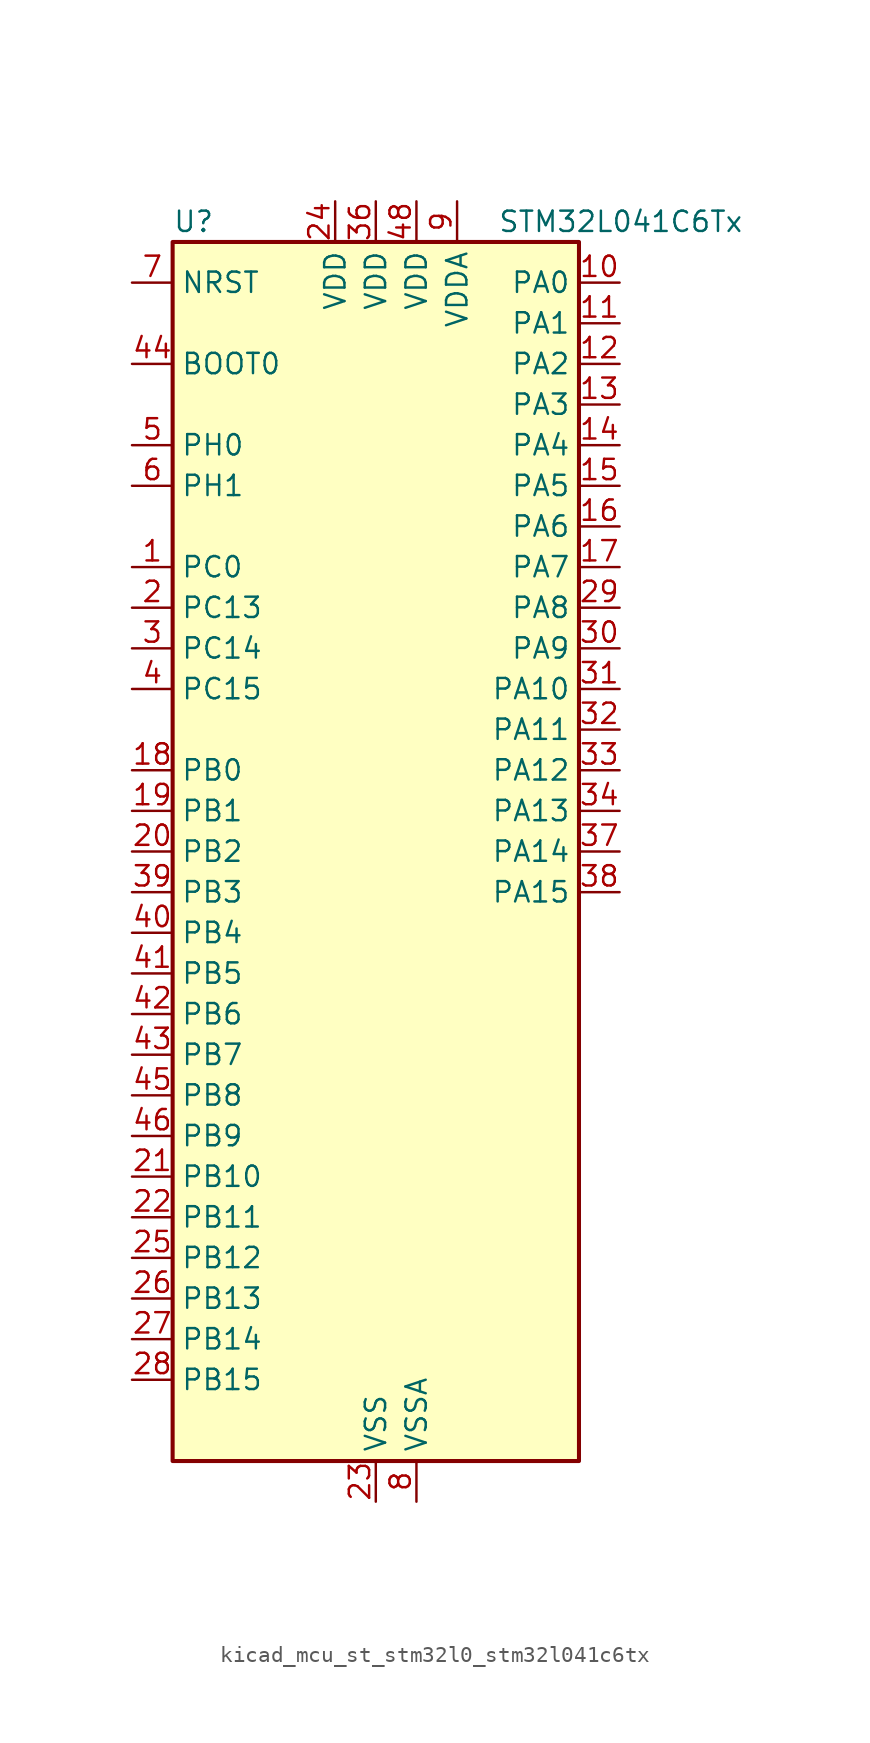
<source format=kicad_sym>
(kicad_symbol_lib
  (version 20220914)
  (generator kicad_symbol_editor)
  (symbol "kicad_mcu_st_stm32l0_stm32l041c6tx"
    (property "Reference" "U"
      (at -12.7 39.37 0)
      (effects (font (size 1.27 1.27)) (justify left)))
    (property "Value" "STM32L041C6Tx"
      (at 7.62 39.37 0)
      (effects (font (size 1.27 1.27)) (justify left)))
    (property "ki_locked" ""
      (at 0 0 0)
      (effects (font (size 1.27 1.27))))
    (symbol "kicad_mcu_st_stm32l0_stm32l041c6tx_0_1"
      (rectangle (start -12.7 -38.1) (end 12.7 38.1) (stroke (width 0.254) (type default)) (fill (type background))))
    (symbol "kicad_mcu_st_stm32l0_stm32l041c6tx_1_1"
      (pin bidirectional line (at -15.24 17.78 0) (length 2.54) (name "PC0" (effects (font (size 1.27 1.27)))) (number "1" (effects (font (size 1.27 1.27)))) (alternate "LPTIM1_IN1" bidirectional line) (alternate "LPUART1_RX" bidirectional line))
      (pin bidirectional line (at 15.24 35.56 180) (length 2.54) (name "PA0" (effects (font (size 1.27 1.27)))) (number "10" (effects (font (size 1.27 1.27)))) (alternate "ADC_IN0" bidirectional line) (alternate "COMP1_INM" bidirectional line) (alternate "COMP1_OUT" bidirectional line) (alternate "LPTIM1_IN1" bidirectional line) (alternate "RTC_TAMP2" bidirectional line) (alternate "SYS_WKUP1" bidirectional line) (alternate "TIM2_CH1" bidirectional line) (alternate "TIM2_ETR" bidirectional line) (alternate "USART2_CTS" bidirectional line))
      (pin bidirectional line (at 15.24 33.02 180) (length 2.54) (name "PA1" (effects (font (size 1.27 1.27)))) (number "11" (effects (font (size 1.27 1.27)))) (alternate "ADC_IN1" bidirectional line) (alternate "COMP1_INP" bidirectional line) (alternate "I2C1_SMBA" bidirectional line) (alternate "LPTIM1_IN2" bidirectional line) (alternate "TIM21_ETR" bidirectional line) (alternate "TIM2_CH2" bidirectional line) (alternate "USART2_DE" bidirectional line) (alternate "USART2_RTS" bidirectional line))
      (pin bidirectional line (at 15.24 30.48 180) (length 2.54) (name "PA2" (effects (font (size 1.27 1.27)))) (number "12" (effects (font (size 1.27 1.27)))) (alternate "ADC_IN2" bidirectional line) (alternate "COMP2_INM" bidirectional line) (alternate "COMP2_OUT" bidirectional line) (alternate "LPUART1_TX" bidirectional line) (alternate "RTC_OUT_ALARM" bidirectional line) (alternate "RTC_OUT_CALIB" bidirectional line) (alternate "RTC_TAMP3" bidirectional line) (alternate "RTC_TS" bidirectional line) (alternate "SYS_WKUP3" bidirectional line) (alternate "TIM21_CH1" bidirectional line) (alternate "TIM2_CH3" bidirectional line) (alternate "USART2_TX" bidirectional line))
      (pin bidirectional line (at 15.24 27.94 180) (length 2.54) (name "PA3" (effects (font (size 1.27 1.27)))) (number "13" (effects (font (size 1.27 1.27)))) (alternate "ADC_IN3" bidirectional line) (alternate "COMP2_INP" bidirectional line) (alternate "LPUART1_RX" bidirectional line) (alternate "TIM21_CH2" bidirectional line) (alternate "TIM2_CH4" bidirectional line) (alternate "USART2_RX" bidirectional line))
      (pin bidirectional line (at 15.24 25.4 180) (length 2.54) (name "PA4" (effects (font (size 1.27 1.27)))) (number "14" (effects (font (size 1.27 1.27)))) (alternate "ADC_IN4" bidirectional line) (alternate "COMP1_INM" bidirectional line) (alternate "COMP2_INM" bidirectional line) (alternate "LPTIM1_IN1" bidirectional line) (alternate "SPI1_NSS" bidirectional line) (alternate "TIM22_ETR" bidirectional line) (alternate "USART2_CK" bidirectional line))
      (pin bidirectional line (at 15.24 22.86 180) (length 2.54) (name "PA5" (effects (font (size 1.27 1.27)))) (number "15" (effects (font (size 1.27 1.27)))) (alternate "ADC_IN5" bidirectional line) (alternate "COMP1_INM" bidirectional line) (alternate "COMP2_INM" bidirectional line) (alternate "LPTIM1_IN2" bidirectional line) (alternate "SPI1_SCK" bidirectional line) (alternate "TIM2_CH1" bidirectional line) (alternate "TIM2_ETR" bidirectional line))
      (pin bidirectional line (at 15.24 20.32 180) (length 2.54) (name "PA6" (effects (font (size 1.27 1.27)))) (number "16" (effects (font (size 1.27 1.27)))) (alternate "ADC_IN6" bidirectional line) (alternate "COMP1_OUT" bidirectional line) (alternate "LPTIM1_ETR" bidirectional line) (alternate "LPUART1_CTS" bidirectional line) (alternate "SPI1_MISO" bidirectional line) (alternate "TIM22_CH1" bidirectional line))
      (pin bidirectional line (at 15.24 17.78 180) (length 2.54) (name "PA7" (effects (font (size 1.27 1.27)))) (number "17" (effects (font (size 1.27 1.27)))) (alternate "ADC_IN7" bidirectional line) (alternate "COMP2_OUT" bidirectional line) (alternate "LPTIM1_OUT" bidirectional line) (alternate "SPI1_MOSI" bidirectional line) (alternate "TIM22_CH2" bidirectional line) (alternate "USART2_CTS" bidirectional line))
      (pin bidirectional line (at -15.24 5.08 0) (length 2.54) (name "PB0" (effects (font (size 1.27 1.27)))) (number "18" (effects (font (size 1.27 1.27)))) (alternate "ADC_IN8" bidirectional line) (alternate "SPI1_MISO" bidirectional line) (alternate "SYS_VREF_OUT_PB0" bidirectional line) (alternate "TIM2_CH3" bidirectional line) (alternate "USART2_DE" bidirectional line) (alternate "USART2_RTS" bidirectional line))
      (pin bidirectional line (at -15.24 2.54 0) (length 2.54) (name "PB1" (effects (font (size 1.27 1.27)))) (number "19" (effects (font (size 1.27 1.27)))) (alternate "ADC_IN9" bidirectional line) (alternate "LPUART1_DE" bidirectional line) (alternate "LPUART1_RTS" bidirectional line) (alternate "SPI1_MOSI" bidirectional line) (alternate "SYS_VREF_OUT_PB1" bidirectional line) (alternate "TIM2_CH4" bidirectional line) (alternate "USART2_CK" bidirectional line))
      (pin bidirectional line (at -15.24 15.24 0) (length 2.54) (name "PC13" (effects (font (size 1.27 1.27)))) (number "2" (effects (font (size 1.27 1.27)))) (alternate "RTC_TAMP1" bidirectional line) (alternate "SYS_WKUP2" bidirectional line))
      (pin bidirectional line (at -15.24 0 0) (length 2.54) (name "PB2" (effects (font (size 1.27 1.27)))) (number "20" (effects (font (size 1.27 1.27)))) (alternate "LPTIM1_OUT" bidirectional line))
      (pin bidirectional line (at -15.24 -20.32 0) (length 2.54) (name "PB10" (effects (font (size 1.27 1.27)))) (number "21" (effects (font (size 1.27 1.27)))) (alternate "LPUART1_TX" bidirectional line) (alternate "TIM2_CH3" bidirectional line))
      (pin bidirectional line (at -15.24 -22.86 0) (length 2.54) (name "PB11" (effects (font (size 1.27 1.27)))) (number "22" (effects (font (size 1.27 1.27)))) (alternate "ADC_EXTI11" bidirectional line) (alternate "LPUART1_RX" bidirectional line) (alternate "TIM2_CH4" bidirectional line))
      (pin power_in line (at 0 -40.64 90) (length 2.54) (name "VSS" (effects (font (size 1.27 1.27)))) (number "23" (effects (font (size 1.27 1.27)))))
      (pin power_in line (at -2.54 40.64 270) (length 2.54) (name "VDD" (effects (font (size 1.27 1.27)))) (number "24" (effects (font (size 1.27 1.27)))))
      (pin bidirectional line (at -15.24 -25.4 0) (length 2.54) (name "PB12" (effects (font (size 1.27 1.27)))) (number "25" (effects (font (size 1.27 1.27)))) (alternate "SPI1_NSS" bidirectional line))
      (pin bidirectional line (at -15.24 -27.94 0) (length 2.54) (name "PB13" (effects (font (size 1.27 1.27)))) (number "26" (effects (font (size 1.27 1.27)))) (alternate "LPUART1_CTS" bidirectional line) (alternate "RCC_MCO" bidirectional line) (alternate "SPI1_SCK" bidirectional line) (alternate "TIM21_CH1" bidirectional line))
      (pin bidirectional line (at -15.24 -30.48 0) (length 2.54) (name "PB14" (effects (font (size 1.27 1.27)))) (number "27" (effects (font (size 1.27 1.27)))) (alternate "LPUART1_DE" bidirectional line) (alternate "LPUART1_RTS" bidirectional line) (alternate "RTC_OUT_ALARM" bidirectional line) (alternate "RTC_OUT_CALIB" bidirectional line) (alternate "SPI1_MISO" bidirectional line) (alternate "TIM21_CH2" bidirectional line))
      (pin bidirectional line (at -15.24 -33.02 0) (length 2.54) (name "PB15" (effects (font (size 1.27 1.27)))) (number "28" (effects (font (size 1.27 1.27)))) (alternate "RTC_REFIN" bidirectional line) (alternate "SPI1_MOSI" bidirectional line))
      (pin bidirectional line (at 15.24 15.24 180) (length 2.54) (name "PA8" (effects (font (size 1.27 1.27)))) (number "29" (effects (font (size 1.27 1.27)))) (alternate "LPTIM1_IN1" bidirectional line) (alternate "RCC_MCO" bidirectional line) (alternate "TIM2_CH1" bidirectional line) (alternate "USART2_CK" bidirectional line))
      (pin bidirectional line (at -15.24 12.7 0) (length 2.54) (name "PC14" (effects (font (size 1.27 1.27)))) (number "3" (effects (font (size 1.27 1.27)))) (alternate "RCC_OSC32_IN" bidirectional line))
      (pin bidirectional line (at 15.24 12.7 180) (length 2.54) (name "PA9" (effects (font (size 1.27 1.27)))) (number "30" (effects (font (size 1.27 1.27)))) (alternate "I2C1_SCL" bidirectional line) (alternate "RCC_MCO" bidirectional line) (alternate "TIM22_CH1" bidirectional line) (alternate "USART2_TX" bidirectional line))
      (pin bidirectional line (at 15.24 10.16 180) (length 2.54) (name "PA10" (effects (font (size 1.27 1.27)))) (number "31" (effects (font (size 1.27 1.27)))) (alternate "I2C1_SDA" bidirectional line) (alternate "TIM22_CH2" bidirectional line) (alternate "USART2_RX" bidirectional line))
      (pin bidirectional line (at 15.24 7.62 180) (length 2.54) (name "PA11" (effects (font (size 1.27 1.27)))) (number "32" (effects (font (size 1.27 1.27)))) (alternate "ADC_EXTI11" bidirectional line) (alternate "COMP1_OUT" bidirectional line) (alternate "SPI1_MISO" bidirectional line) (alternate "TIM21_CH2" bidirectional line) (alternate "USART2_CTS" bidirectional line))
      (pin bidirectional line (at 15.24 5.08 180) (length 2.54) (name "PA12" (effects (font (size 1.27 1.27)))) (number "33" (effects (font (size 1.27 1.27)))) (alternate "COMP2_OUT" bidirectional line) (alternate "SPI1_MOSI" bidirectional line) (alternate "USART2_DE" bidirectional line) (alternate "USART2_RTS" bidirectional line))
      (pin bidirectional line (at 15.24 2.54 180) (length 2.54) (name "PA13" (effects (font (size 1.27 1.27)))) (number "34" (effects (font (size 1.27 1.27)))) (alternate "LPTIM1_ETR" bidirectional line) (alternate "LPUART1_RX" bidirectional line) (alternate "SYS_SWDIO" bidirectional line))
      (pin passive line (at 0 -40.64 90) (length 2.54) hide (name "VSS" (effects (font (size 1.27 1.27)))) (number "35" (effects (font (size 1.27 1.27)))))
      (pin power_in line (at 0 40.64 270) (length 2.54) (name "VDD" (effects (font (size 1.27 1.27)))) (number "36" (effects (font (size 1.27 1.27)))))
      (pin bidirectional line (at 15.24 0 180) (length 2.54) (name "PA14" (effects (font (size 1.27 1.27)))) (number "37" (effects (font (size 1.27 1.27)))) (alternate "I2C1_SMBA" bidirectional line) (alternate "LPTIM1_OUT" bidirectional line) (alternate "LPUART1_TX" bidirectional line) (alternate "SYS_SWCLK" bidirectional line) (alternate "USART2_TX" bidirectional line))
      (pin bidirectional line (at 15.24 -2.54 180) (length 2.54) (name "PA15" (effects (font (size 1.27 1.27)))) (number "38" (effects (font (size 1.27 1.27)))) (alternate "SPI1_NSS" bidirectional line) (alternate "TIM2_CH1" bidirectional line) (alternate "TIM2_ETR" bidirectional line) (alternate "USART2_RX" bidirectional line))
      (pin bidirectional line (at -15.24 -2.54 0) (length 2.54) (name "PB3" (effects (font (size 1.27 1.27)))) (number "39" (effects (font (size 1.27 1.27)))) (alternate "COMP2_INM" bidirectional line) (alternate "SPI1_SCK" bidirectional line) (alternate "TIM2_CH2" bidirectional line))
      (pin bidirectional line (at -15.24 10.16 0) (length 2.54) (name "PC15" (effects (font (size 1.27 1.27)))) (number "4" (effects (font (size 1.27 1.27)))) (alternate "RCC_OSC32_OUT" bidirectional line))
      (pin bidirectional line (at -15.24 -5.08 0) (length 2.54) (name "PB4" (effects (font (size 1.27 1.27)))) (number "40" (effects (font (size 1.27 1.27)))) (alternate "COMP2_INP" bidirectional line) (alternate "SPI1_MISO" bidirectional line) (alternate "TIM22_CH1" bidirectional line))
      (pin bidirectional line (at -15.24 -7.62 0) (length 2.54) (name "PB5" (effects (font (size 1.27 1.27)))) (number "41" (effects (font (size 1.27 1.27)))) (alternate "COMP2_INP" bidirectional line) (alternate "I2C1_SMBA" bidirectional line) (alternate "LPTIM1_IN1" bidirectional line) (alternate "SPI1_MOSI" bidirectional line) (alternate "TIM22_CH2" bidirectional line))
      (pin bidirectional line (at -15.24 -10.16 0) (length 2.54) (name "PB6" (effects (font (size 1.27 1.27)))) (number "42" (effects (font (size 1.27 1.27)))) (alternate "COMP2_INP" bidirectional line) (alternate "I2C1_SCL" bidirectional line) (alternate "LPTIM1_ETR" bidirectional line) (alternate "TIM21_CH1" bidirectional line) (alternate "USART2_TX" bidirectional line))
      (pin bidirectional line (at -15.24 -12.7 0) (length 2.54) (name "PB7" (effects (font (size 1.27 1.27)))) (number "43" (effects (font (size 1.27 1.27)))) (alternate "COMP2_INP" bidirectional line) (alternate "I2C1_SDA" bidirectional line) (alternate "LPTIM1_IN2" bidirectional line) (alternate "SYS_PVD_IN" bidirectional line) (alternate "USART2_RX" bidirectional line))
      (pin input line (at -15.24 30.48 0) (length 2.54) (name "BOOT0" (effects (font (size 1.27 1.27)))) (number "44" (effects (font (size 1.27 1.27)))))
      (pin bidirectional line (at -15.24 -15.24 0) (length 2.54) (name "PB8" (effects (font (size 1.27 1.27)))) (number "45" (effects (font (size 1.27 1.27)))) (alternate "I2C1_SCL" bidirectional line))
      (pin bidirectional line (at -15.24 -17.78 0) (length 2.54) (name "PB9" (effects (font (size 1.27 1.27)))) (number "46" (effects (font (size 1.27 1.27)))) (alternate "I2C1_SDA" bidirectional line))
      (pin passive line (at 0 -40.64 90) (length 2.54) hide (name "VSS" (effects (font (size 1.27 1.27)))) (number "47" (effects (font (size 1.27 1.27)))))
      (pin power_in line (at 2.54 40.64 270) (length 2.54) (name "VDD" (effects (font (size 1.27 1.27)))) (number "48" (effects (font (size 1.27 1.27)))))
      (pin bidirectional line (at -15.24 25.4 0) (length 2.54) (name "PH0" (effects (font (size 1.27 1.27)))) (number "5" (effects (font (size 1.27 1.27)))) (alternate "RCC_OSC_IN" bidirectional line))
      (pin bidirectional line (at -15.24 22.86 0) (length 2.54) (name "PH1" (effects (font (size 1.27 1.27)))) (number "6" (effects (font (size 1.27 1.27)))) (alternate "RCC_OSC_OUT" bidirectional line))
      (pin input line (at -15.24 35.56 0) (length 2.54) (name "NRST" (effects (font (size 1.27 1.27)))) (number "7" (effects (font (size 1.27 1.27)))))
      (pin power_in line (at 2.54 -40.64 90) (length 2.54) (name "VSSA" (effects (font (size 1.27 1.27)))) (number "8" (effects (font (size 1.27 1.27)))))
      (pin power_in line (at 5.08 40.64 270) (length 2.54) (name "VDDA" (effects (font (size 1.27 1.27)))) (number "9" (effects (font (size 1.27 1.27))))))))
</source>
